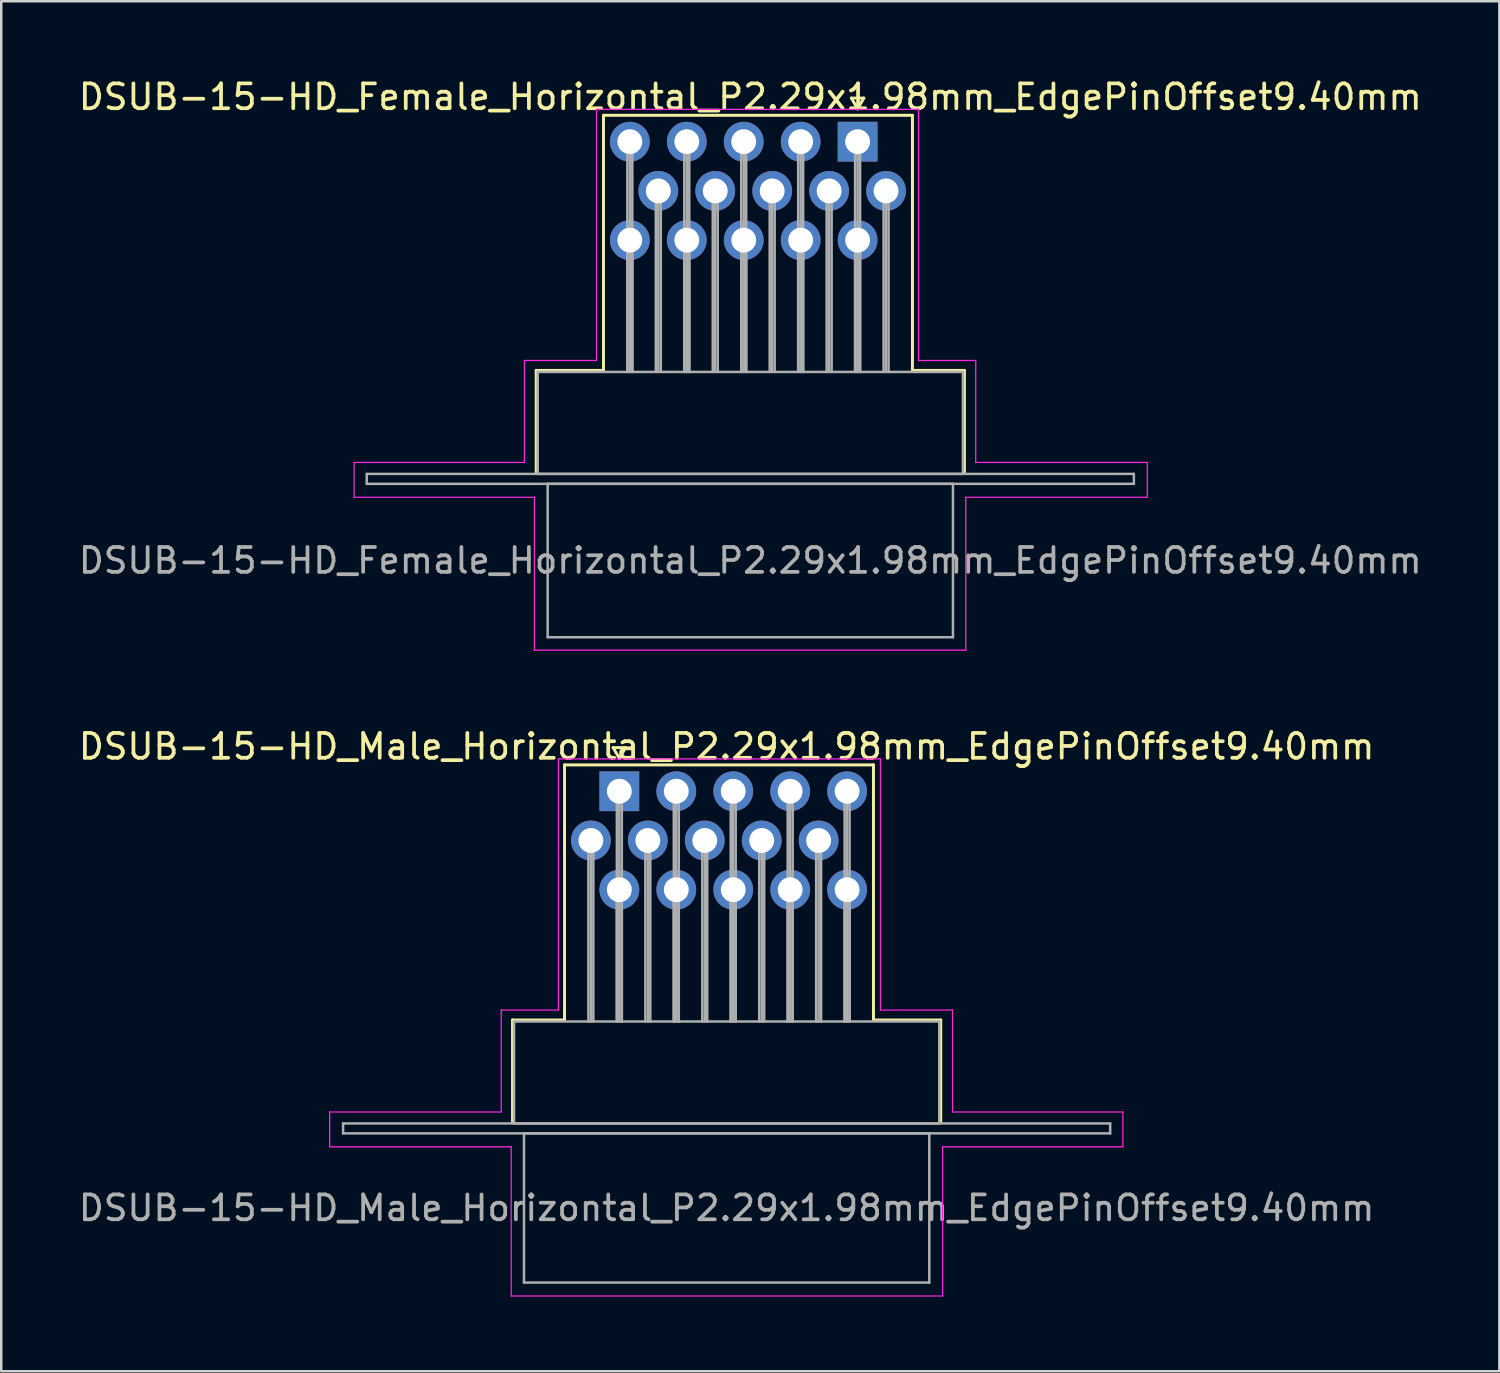
<source format=kicad_pcb>
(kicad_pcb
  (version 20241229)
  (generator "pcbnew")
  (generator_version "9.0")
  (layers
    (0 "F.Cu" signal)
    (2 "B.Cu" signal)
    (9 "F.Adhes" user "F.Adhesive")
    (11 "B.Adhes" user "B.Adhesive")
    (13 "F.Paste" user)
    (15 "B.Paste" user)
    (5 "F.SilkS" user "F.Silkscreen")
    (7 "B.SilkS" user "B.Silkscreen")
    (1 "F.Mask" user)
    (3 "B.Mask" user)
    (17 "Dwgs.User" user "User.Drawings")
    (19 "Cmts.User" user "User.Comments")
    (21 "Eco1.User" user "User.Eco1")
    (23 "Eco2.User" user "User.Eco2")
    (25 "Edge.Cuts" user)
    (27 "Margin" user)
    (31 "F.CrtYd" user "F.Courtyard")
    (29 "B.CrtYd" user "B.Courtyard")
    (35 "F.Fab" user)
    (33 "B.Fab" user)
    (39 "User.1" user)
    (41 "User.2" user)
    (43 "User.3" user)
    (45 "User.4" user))
  (footprint "DSUB-15-HD_Female_Horizontal_P2.29x1.98mm_EdgePinOffset9.40mm"
    (layer "F.Cu")
    (at 31.44 2.648)
    (property "Reference" "DSUB-15-HD_Female_Horizontal_P2.29x1.98mm_EdgePinOffset9.40mm" (at -4.315 -1.8 0) (layer "F.SilkS") (effects (font (size 1 1) (thickness 0.15))))
    (attr through_hole)
    (fp_line (start -12.925 9.2) (end -10.22 9.2) (stroke (width 0.12) (type solid)) (layer "F.SilkS"))
    (fp_line (start -12.925 13.3) (end -12.925 9.2) (stroke (width 0.12) (type solid)) (layer "F.SilkS"))
    (fp_line (start -10.22 -1.06) (end 2.205 -1.06) (stroke (width 0.12) (type solid)) (layer "F.SilkS"))
    (fp_line (start -10.22 9.2) (end -10.22 -1.06) (stroke (width 0.12) (type solid)) (layer "F.SilkS"))
    (fp_line (start -0.25 -1.754) (end 0.25 -1.754) (stroke (width 0.12) (type solid)) (layer "F.SilkS"))
    (fp_line (start 0 -1.321) (end -0.25 -1.754) (stroke (width 0.12) (type solid)) (layer "F.SilkS"))
    (fp_line (start 0.25 -1.754) (end 0 -1.321) (stroke (width 0.12) (type solid)) (layer "F.SilkS"))
    (fp_line (start 2.205 -1.06) (end 2.205 9.2) (stroke (width 0.12) (type solid)) (layer "F.SilkS"))
    (fp_line (start 2.205 9.2) (end 4.295 9.2) (stroke (width 0.12) (type solid)) (layer "F.SilkS"))
    (fp_line (start 4.295 9.2) (end 4.295 13.3) (stroke (width 0.12) (type solid)) (layer "F.SilkS"))
    (fp_line (start -20.25 12.9) (end -13.4 12.9) (stroke (width 0.05) (type solid)) (layer "F.CrtYd"))
    (fp_line (start -20.25 14.3) (end -20.25 12.9) (stroke (width 0.05) (type solid)) (layer "F.CrtYd"))
    (fp_line (start -13.4 8.8) (end -10.5 8.8) (stroke (width 0.05) (type solid)) (layer "F.CrtYd"))
    (fp_line (start -13.4 12.9) (end -13.4 8.8) (stroke (width 0.05) (type solid)) (layer "F.CrtYd"))
    (fp_line (start -13 14.3) (end -20.25 14.3) (stroke (width 0.05) (type solid)) (layer "F.CrtYd"))
    (fp_line (start -13 20.45) (end -13 14.3) (stroke (width 0.05) (type solid)) (layer "F.CrtYd"))
    (fp_line (start -10.5 -1.3) (end 2.45 -1.3) (stroke (width 0.05) (type solid)) (layer "F.CrtYd"))
    (fp_line (start -10.5 8.8) (end -10.5 -1.3) (stroke (width 0.05) (type solid)) (layer "F.CrtYd"))
    (fp_line (start 2.45 -1.3) (end 2.45 8.8) (stroke (width 0.05) (type solid)) (layer "F.CrtYd"))
    (fp_line (start 2.45 8.8) (end 4.75 8.8) (stroke (width 0.05) (type solid)) (layer "F.CrtYd"))
    (fp_line (start 4.35 14.3) (end 4.35 20.45) (stroke (width 0.05) (type solid)) (layer "F.CrtYd"))
    (fp_line (start 4.35 20.45) (end -13 20.45) (stroke (width 0.05) (type solid)) (layer "F.CrtYd"))
    (fp_line (start 4.75 8.8) (end 4.75 12.9) (stroke (width 0.05) (type solid)) (layer "F.CrtYd"))
    (fp_line (start 4.75 12.9) (end 11.65 12.9) (stroke (width 0.05) (type solid)) (layer "F.CrtYd"))
    (fp_line (start 11.65 12.9) (end 11.65 14.3) (stroke (width 0.05) (type solid)) (layer "F.CrtYd"))
    (fp_line (start 11.65 14.3) (end 4.35 14.3) (stroke (width 0.05) (type solid)) (layer "F.CrtYd"))
    (fp_line (start -19.74 13.36) (end -19.74 13.76) (stroke (width 0.1) (type solid)) (layer "F.Fab"))
    (fp_line (start -19.74 13.76) (end 11.11 13.76) (stroke (width 0.1) (type solid)) (layer "F.Fab"))
    (fp_line (start -12.865 9.26) (end -12.865 13.36) (stroke (width 0.1) (type solid)) (layer "F.Fab"))
    (fp_line (start -12.865 13.36) (end 4.235 13.36) (stroke (width 0.1) (type solid)) (layer "F.Fab"))
    (fp_line (start -12.465 13.76) (end -12.465 19.93) (stroke (width 0.1) (type solid)) (layer "F.Fab"))
    (fp_line (start -12.465 19.93) (end 3.835 19.93) (stroke (width 0.1) (type solid)) (layer "F.Fab"))
    (fp_line (start -9.26 0) (end -9.26 9.26) (stroke (width 0.1) (type solid)) (layer "F.Fab"))
    (fp_line (start -9.26 3.96) (end -9.26 9.26) (stroke (width 0.1) (type solid)) (layer "F.Fab"))
    (fp_line (start -9.16 0) (end -9.16 9.26) (stroke (width 0.1) (type solid)) (layer "F.Fab"))
    (fp_line (start -9.16 3.96) (end -9.16 9.26) (stroke (width 0.1) (type solid)) (layer "F.Fab"))
    (fp_line (start -9.06 0) (end -9.06 9.26) (stroke (width 0.1) (type solid)) (layer "F.Fab"))
    (fp_line (start -9.06 3.96) (end -9.06 9.26) (stroke (width 0.1) (type solid)) (layer "F.Fab"))
    (fp_line (start -8.115 1.98) (end -8.115 9.26) (stroke (width 0.1) (type solid)) (layer "F.Fab"))
    (fp_line (start -8.015 1.98) (end -8.015 9.26) (stroke (width 0.1) (type solid)) (layer "F.Fab"))
    (fp_line (start -7.915 1.98) (end -7.915 9.26) (stroke (width 0.1) (type solid)) (layer "F.Fab"))
    (fp_line (start -6.97 0) (end -6.97 9.26) (stroke (width 0.1) (type solid)) (layer "F.Fab"))
    (fp_line (start -6.97 3.96) (end -6.97 9.26) (stroke (width 0.1) (type solid)) (layer "F.Fab"))
    (fp_line (start -6.87 0) (end -6.87 9.26) (stroke (width 0.1) (type solid)) (layer "F.Fab"))
    (fp_line (start -6.87 3.96) (end -6.87 9.26) (stroke (width 0.1) (type solid)) (layer "F.Fab"))
    (fp_line (start -6.77 0) (end -6.77 9.26) (stroke (width 0.1) (type solid)) (layer "F.Fab"))
    (fp_line (start -6.77 3.96) (end -6.77 9.26) (stroke (width 0.1) (type solid)) (layer "F.Fab"))
    (fp_line (start -5.825 1.98) (end -5.825 9.26) (stroke (width 0.1) (type solid)) (layer "F.Fab"))
    (fp_line (start -5.725 1.98) (end -5.725 9.26) (stroke (width 0.1) (type solid)) (layer "F.Fab"))
    (fp_line (start -5.625 1.98) (end -5.625 9.26) (stroke (width 0.1) (type solid)) (layer "F.Fab"))
    (fp_line (start -4.68 0) (end -4.68 9.26) (stroke (width 0.1) (type solid)) (layer "F.Fab"))
    (fp_line (start -4.68 3.96) (end -4.68 9.26) (stroke (width 0.1) (type solid)) (layer "F.Fab"))
    (fp_line (start -4.58 0) (end -4.58 9.26) (stroke (width 0.1) (type solid)) (layer "F.Fab"))
    (fp_line (start -4.58 3.96) (end -4.58 9.26) (stroke (width 0.1) (type solid)) (layer "F.Fab"))
    (fp_line (start -4.48 0) (end -4.48 9.26) (stroke (width 0.1) (type solid)) (layer "F.Fab"))
    (fp_line (start -4.48 3.96) (end -4.48 9.26) (stroke (width 0.1) (type solid)) (layer "F.Fab"))
    (fp_line (start -3.535 1.98) (end -3.535 9.26) (stroke (width 0.1) (type solid)) (layer "F.Fab"))
    (fp_line (start -3.435 1.98) (end -3.435 9.26) (stroke (width 0.1) (type solid)) (layer "F.Fab"))
    (fp_line (start -3.335 1.98) (end -3.335 9.26) (stroke (width 0.1) (type solid)) (layer "F.Fab"))
    (fp_line (start -2.39 0) (end -2.39 9.26) (stroke (width 0.1) (type solid)) (layer "F.Fab"))
    (fp_line (start -2.39 3.96) (end -2.39 9.26) (stroke (width 0.1) (type solid)) (layer "F.Fab"))
    (fp_line (start -2.29 0) (end -2.29 9.26) (stroke (width 0.1) (type solid)) (layer "F.Fab"))
    (fp_line (start -2.29 3.96) (end -2.29 9.26) (stroke (width 0.1) (type solid)) (layer "F.Fab"))
    (fp_line (start -2.19 0) (end -2.19 9.26) (stroke (width 0.1) (type solid)) (layer "F.Fab"))
    (fp_line (start -2.19 3.96) (end -2.19 9.26) (stroke (width 0.1) (type solid)) (layer "F.Fab"))
    (fp_line (start -1.245 1.98) (end -1.245 9.26) (stroke (width 0.1) (type solid)) (layer "F.Fab"))
    (fp_line (start -1.145 1.98) (end -1.145 9.26) (stroke (width 0.1) (type solid)) (layer "F.Fab"))
    (fp_line (start -1.045 1.98) (end -1.045 9.26) (stroke (width 0.1) (type solid)) (layer "F.Fab"))
    (fp_line (start -0.1 0) (end -0.1 9.26) (stroke (width 0.1) (type solid)) (layer "F.Fab"))
    (fp_line (start -0.1 3.96) (end -0.1 9.26) (stroke (width 0.1) (type solid)) (layer "F.Fab"))
    (fp_line (start 0 0) (end 0 9.26) (stroke (width 0.1) (type solid)) (layer "F.Fab"))
    (fp_line (start 0 3.96) (end 0 9.26) (stroke (width 0.1) (type solid)) (layer "F.Fab"))
    (fp_line (start 0.1 0) (end 0.1 9.26) (stroke (width 0.1) (type solid)) (layer "F.Fab"))
    (fp_line (start 0.1 3.96) (end 0.1 9.26) (stroke (width 0.1) (type solid)) (layer "F.Fab"))
    (fp_line (start 1.045 1.98) (end 1.045 9.26) (stroke (width 0.1) (type solid)) (layer "F.Fab"))
    (fp_line (start 1.145 1.98) (end 1.145 9.26) (stroke (width 0.1) (type solid)) (layer "F.Fab"))
    (fp_line (start 1.245 1.98) (end 1.245 9.26) (stroke (width 0.1) (type solid)) (layer "F.Fab"))
    (fp_line (start 3.835 13.76) (end -12.465 13.76) (stroke (width 0.1) (type solid)) (layer "F.Fab"))
    (fp_line (start 3.835 19.93) (end 3.835 13.76) (stroke (width 0.1) (type solid)) (layer "F.Fab"))
    (fp_line (start 4.235 9.26) (end -12.865 9.26) (stroke (width 0.1) (type solid)) (layer "F.Fab"))
    (fp_line (start 4.235 13.36) (end 4.235 9.26) (stroke (width 0.1) (type solid)) (layer "F.Fab"))
    (fp_line (start 11.11 13.36) (end -19.74 13.36) (stroke (width 0.1) (type solid)) (layer "F.Fab"))
    (fp_line (start 11.11 13.76) (end 11.11 13.36) (stroke (width 0.1) (type solid)) (layer "F.Fab"))
    (fp_text user "${REFERENCE}" (at -4.315 16.845 0) (layer "F.Fab") (effects (font (size 1 1) (thickness 0.15))))
    (pad "1" thru_hole rect (at 0 0) (size 1.6 1.6) (drill 1) (layers "*.Cu" "*.Mask"))
    (pad "2" thru_hole circle (at -2.29 0) (size 1.6 1.6) (drill 1) (layers "*.Cu" "*.Mask"))
    (pad "3" thru_hole circle (at -4.58 0) (size 1.6 1.6) (drill 1) (layers "*.Cu" "*.Mask"))
    (pad "4" thru_hole circle (at -6.87 0) (size 1.6 1.6) (drill 1) (layers "*.Cu" "*.Mask"))
    (pad "5" thru_hole circle (at -9.16 0) (size 1.6 1.6) (drill 1) (layers "*.Cu" "*.Mask"))
    (pad "6" thru_hole circle (at 1.145 1.98) (size 1.6 1.6) (drill 1) (layers "*.Cu" "*.Mask"))
    (pad "7" thru_hole circle (at -1.145 1.98) (size 1.6 1.6) (drill 1) (layers "*.Cu" "*.Mask"))
    (pad "8" thru_hole circle (at -3.435 1.98) (size 1.6 1.6) (drill 1) (layers "*.Cu" "*.Mask"))
    (pad "9" thru_hole circle (at -5.725 1.98) (size 1.6 1.6) (drill 1) (layers "*.Cu" "*.Mask"))
    (pad "10" thru_hole circle (at -8.015 1.98) (size 1.6 1.6) (drill 1) (layers "*.Cu" "*.Mask"))
    (pad "11" thru_hole circle (at 0 3.96) (size 1.6 1.6) (drill 1) (layers "*.Cu" "*.Mask"))
    (pad "12" thru_hole circle (at -2.29 3.96) (size 1.6 1.6) (drill 1) (layers "*.Cu" "*.Mask"))
    (pad "13" thru_hole circle (at -4.58 3.96) (size 1.6 1.6) (drill 1) (layers "*.Cu" "*.Mask"))
    (pad "14" thru_hole circle (at -6.87 3.96) (size 1.6 1.6) (drill 1) (layers "*.Cu" "*.Mask"))
    (pad "15" thru_hole circle (at -9.16 3.96) (size 1.6 1.6) (drill 1) (layers "*.Cu" "*.Mask")))
  (footprint "DSUB-15-HD_Male_Horizontal_P2.29x1.98mm_EdgePinOffset9.40mm"
    (layer "F.Cu")
    (at 21.858 28.771)
    (property "Reference" "DSUB-15-HD_Male_Horizontal_P2.29x1.98mm_EdgePinOffset9.40mm" (at 4.315 -1.8 0) (layer "F.SilkS") (effects (font (size 1 1) (thickness 0.15))))
    (attr through_hole)
    (fp_line (start -4.295 9.2) (end -2.205 9.2) (stroke (width 0.12) (type solid)) (layer "F.SilkS"))
    (fp_line (start -4.295 13.3) (end -4.295 9.2) (stroke (width 0.12) (type solid)) (layer "F.SilkS"))
    (fp_line (start -2.205 -1.06) (end 10.22 -1.06) (stroke (width 0.12) (type solid)) (layer "F.SilkS"))
    (fp_line (start -2.205 9.2) (end -2.205 -1.06) (stroke (width 0.12) (type solid)) (layer "F.SilkS"))
    (fp_line (start -0.25 -1.754) (end 0.25 -1.754) (stroke (width 0.12) (type solid)) (layer "F.SilkS"))
    (fp_line (start 0 -1.321) (end -0.25 -1.754) (stroke (width 0.12) (type solid)) (layer "F.SilkS"))
    (fp_line (start 0.25 -1.754) (end 0 -1.321) (stroke (width 0.12) (type solid)) (layer "F.SilkS"))
    (fp_line (start 10.22 -1.06) (end 10.22 9.2) (stroke (width 0.12) (type solid)) (layer "F.SilkS"))
    (fp_line (start 10.22 9.2) (end 12.925 9.2) (stroke (width 0.12) (type solid)) (layer "F.SilkS"))
    (fp_line (start 12.925 9.2) (end 12.925 13.3) (stroke (width 0.12) (type solid)) (layer "F.SilkS"))
    (fp_line (start -11.65 12.9) (end -4.75 12.9) (stroke (width 0.05) (type solid)) (layer "F.CrtYd"))
    (fp_line (start -11.65 14.3) (end -11.65 12.9) (stroke (width 0.05) (type solid)) (layer "F.CrtYd"))
    (fp_line (start -4.75 8.8) (end -2.45 8.8) (stroke (width 0.05) (type solid)) (layer "F.CrtYd"))
    (fp_line (start -4.75 12.9) (end -4.75 8.8) (stroke (width 0.05) (type solid)) (layer "F.CrtYd"))
    (fp_line (start -4.35 14.3) (end -11.65 14.3) (stroke (width 0.05) (type solid)) (layer "F.CrtYd"))
    (fp_line (start -4.35 20.3) (end -4.35 14.3) (stroke (width 0.05) (type solid)) (layer "F.CrtYd"))
    (fp_line (start -2.45 -1.3) (end 10.5 -1.3) (stroke (width 0.05) (type solid)) (layer "F.CrtYd"))
    (fp_line (start -2.45 8.8) (end -2.45 -1.3) (stroke (width 0.05) (type solid)) (layer "F.CrtYd"))
    (fp_line (start 10.5 -1.3) (end 10.5 8.8) (stroke (width 0.05) (type solid)) (layer "F.CrtYd"))
    (fp_line (start 10.5 8.8) (end 13.4 8.8) (stroke (width 0.05) (type solid)) (layer "F.CrtYd"))
    (fp_line (start 13 14.3) (end 13 20.3) (stroke (width 0.05) (type solid)) (layer "F.CrtYd"))
    (fp_line (start 13 20.3) (end -4.35 20.3) (stroke (width 0.05) (type solid)) (layer "F.CrtYd"))
    (fp_line (start 13.4 8.8) (end 13.4 12.9) (stroke (width 0.05) (type solid)) (layer "F.CrtYd"))
    (fp_line (start 13.4 12.9) (end 20.25 12.9) (stroke (width 0.05) (type solid)) (layer "F.CrtYd"))
    (fp_line (start 20.25 12.9) (end 20.25 14.3) (stroke (width 0.05) (type solid)) (layer "F.CrtYd"))
    (fp_line (start 20.25 14.3) (end 13 14.3) (stroke (width 0.05) (type solid)) (layer "F.CrtYd"))
    (fp_line (start -11.11 13.36) (end -11.11 13.76) (stroke (width 0.1) (type solid)) (layer "F.Fab"))
    (fp_line (start -11.11 13.76) (end 19.74 13.76) (stroke (width 0.1) (type solid)) (layer "F.Fab"))
    (fp_line (start -4.235 9.26) (end -4.235 13.36) (stroke (width 0.1) (type solid)) (layer "F.Fab"))
    (fp_line (start -4.235 13.36) (end 12.865 13.36) (stroke (width 0.1) (type solid)) (layer "F.Fab"))
    (fp_line (start -3.835 13.76) (end -3.835 19.76) (stroke (width 0.1) (type solid)) (layer "F.Fab"))
    (fp_line (start -3.835 19.76) (end 12.465 19.76) (stroke (width 0.1) (type solid)) (layer "F.Fab"))
    (fp_line (start -1.245 1.98) (end -1.245 9.26) (stroke (width 0.1) (type solid)) (layer "F.Fab"))
    (fp_line (start -1.145 1.98) (end -1.145 9.26) (stroke (width 0.1) (type solid)) (layer "F.Fab"))
    (fp_line (start -1.045 1.98) (end -1.045 9.26) (stroke (width 0.1) (type solid)) (layer "F.Fab"))
    (fp_line (start -0.1 0) (end -0.1 9.26) (stroke (width 0.1) (type solid)) (layer "F.Fab"))
    (fp_line (start -0.1 3.96) (end -0.1 9.26) (stroke (width 0.1) (type solid)) (layer "F.Fab"))
    (fp_line (start 0 0) (end 0 9.26) (stroke (width 0.1) (type solid)) (layer "F.Fab"))
    (fp_line (start 0 3.96) (end 0 9.26) (stroke (width 0.1) (type solid)) (layer "F.Fab"))
    (fp_line (start 0.1 0) (end 0.1 9.26) (stroke (width 0.1) (type solid)) (layer "F.Fab"))
    (fp_line (start 0.1 3.96) (end 0.1 9.26) (stroke (width 0.1) (type solid)) (layer "F.Fab"))
    (fp_line (start 1.045 1.98) (end 1.045 9.26) (stroke (width 0.1) (type solid)) (layer "F.Fab"))
    (fp_line (start 1.145 1.98) (end 1.145 9.26) (stroke (width 0.1) (type solid)) (layer "F.Fab"))
    (fp_line (start 1.245 1.98) (end 1.245 9.26) (stroke (width 0.1) (type solid)) (layer "F.Fab"))
    (fp_line (start 2.19 0) (end 2.19 9.26) (stroke (width 0.1) (type solid)) (layer "F.Fab"))
    (fp_line (start 2.19 3.96) (end 2.19 9.26) (stroke (width 0.1) (type solid)) (layer "F.Fab"))
    (fp_line (start 2.29 0) (end 2.29 9.26) (stroke (width 0.1) (type solid)) (layer "F.Fab"))
    (fp_line (start 2.29 3.96) (end 2.29 9.26) (stroke (width 0.1) (type solid)) (layer "F.Fab"))
    (fp_line (start 2.39 0) (end 2.39 9.26) (stroke (width 0.1) (type solid)) (layer "F.Fab"))
    (fp_line (start 2.39 3.96) (end 2.39 9.26) (stroke (width 0.1) (type solid)) (layer "F.Fab"))
    (fp_line (start 3.335 1.98) (end 3.335 9.26) (stroke (width 0.1) (type solid)) (layer "F.Fab"))
    (fp_line (start 3.435 1.98) (end 3.435 9.26) (stroke (width 0.1) (type solid)) (layer "F.Fab"))
    (fp_line (start 3.535 1.98) (end 3.535 9.26) (stroke (width 0.1) (type solid)) (layer "F.Fab"))
    (fp_line (start 4.48 0) (end 4.48 9.26) (stroke (width 0.1) (type solid)) (layer "F.Fab"))
    (fp_line (start 4.48 3.96) (end 4.48 9.26) (stroke (width 0.1) (type solid)) (layer "F.Fab"))
    (fp_line (start 4.58 0) (end 4.58 9.26) (stroke (width 0.1) (type solid)) (layer "F.Fab"))
    (fp_line (start 4.58 3.96) (end 4.58 9.26) (stroke (width 0.1) (type solid)) (layer "F.Fab"))
    (fp_line (start 4.68 0) (end 4.68 9.26) (stroke (width 0.1) (type solid)) (layer "F.Fab"))
    (fp_line (start 4.68 3.96) (end 4.68 9.26) (stroke (width 0.1) (type solid)) (layer "F.Fab"))
    (fp_line (start 5.625 1.98) (end 5.625 9.26) (stroke (width 0.1) (type solid)) (layer "F.Fab"))
    (fp_line (start 5.725 1.98) (end 5.725 9.26) (stroke (width 0.1) (type solid)) (layer "F.Fab"))
    (fp_line (start 5.825 1.98) (end 5.825 9.26) (stroke (width 0.1) (type solid)) (layer "F.Fab"))
    (fp_line (start 6.77 0) (end 6.77 9.26) (stroke (width 0.1) (type solid)) (layer "F.Fab"))
    (fp_line (start 6.77 3.96) (end 6.77 9.26) (stroke (width 0.1) (type solid)) (layer "F.Fab"))
    (fp_line (start 6.87 0) (end 6.87 9.26) (stroke (width 0.1) (type solid)) (layer "F.Fab"))
    (fp_line (start 6.87 3.96) (end 6.87 9.26) (stroke (width 0.1) (type solid)) (layer "F.Fab"))
    (fp_line (start 6.97 0) (end 6.97 9.26) (stroke (width 0.1) (type solid)) (layer "F.Fab"))
    (fp_line (start 6.97 3.96) (end 6.97 9.26) (stroke (width 0.1) (type solid)) (layer "F.Fab"))
    (fp_line (start 7.915 1.98) (end 7.915 9.26) (stroke (width 0.1) (type solid)) (layer "F.Fab"))
    (fp_line (start 8.015 1.98) (end 8.015 9.26) (stroke (width 0.1) (type solid)) (layer "F.Fab"))
    (fp_line (start 8.115 1.98) (end 8.115 9.26) (stroke (width 0.1) (type solid)) (layer "F.Fab"))
    (fp_line (start 9.06 0) (end 9.06 9.26) (stroke (width 0.1) (type solid)) (layer "F.Fab"))
    (fp_line (start 9.06 3.96) (end 9.06 9.26) (stroke (width 0.1) (type solid)) (layer "F.Fab"))
    (fp_line (start 9.16 0) (end 9.16 9.26) (stroke (width 0.1) (type solid)) (layer "F.Fab"))
    (fp_line (start 9.16 3.96) (end 9.16 9.26) (stroke (width 0.1) (type solid)) (layer "F.Fab"))
    (fp_line (start 9.26 0) (end 9.26 9.26) (stroke (width 0.1) (type solid)) (layer "F.Fab"))
    (fp_line (start 9.26 3.96) (end 9.26 9.26) (stroke (width 0.1) (type solid)) (layer "F.Fab"))
    (fp_line (start 12.465 13.76) (end -3.835 13.76) (stroke (width 0.1) (type solid)) (layer "F.Fab"))
    (fp_line (start 12.465 19.76) (end 12.465 13.76) (stroke (width 0.1) (type solid)) (layer "F.Fab"))
    (fp_line (start 12.865 9.26) (end -4.235 9.26) (stroke (width 0.1) (type solid)) (layer "F.Fab"))
    (fp_line (start 12.865 13.36) (end 12.865 9.26) (stroke (width 0.1) (type solid)) (layer "F.Fab"))
    (fp_line (start 19.74 13.36) (end -11.11 13.36) (stroke (width 0.1) (type solid)) (layer "F.Fab"))
    (fp_line (start 19.74 13.76) (end 19.74 13.36) (stroke (width 0.1) (type solid)) (layer "F.Fab"))
    (fp_text user "${REFERENCE}" (at 4.315 16.76 0) (layer "F.Fab") (effects (font (size 1 1) (thickness 0.15))))
    (pad "1" thru_hole rect (at 0 0) (size 1.6 1.6) (drill 1) (layers "*.Cu" "*.Mask"))
    (pad "2" thru_hole circle (at 2.29 0) (size 1.6 1.6) (drill 1) (layers "*.Cu" "*.Mask"))
    (pad "3" thru_hole circle (at 4.58 0) (size 1.6 1.6) (drill 1) (layers "*.Cu" "*.Mask"))
    (pad "4" thru_hole circle (at 6.87 0) (size 1.6 1.6) (drill 1) (layers "*.Cu" "*.Mask"))
    (pad "5" thru_hole circle (at 9.16 0) (size 1.6 1.6) (drill 1) (layers "*.Cu" "*.Mask"))
    (pad "6" thru_hole circle (at -1.145 1.98) (size 1.6 1.6) (drill 1) (layers "*.Cu" "*.Mask"))
    (pad "7" thru_hole circle (at 1.145 1.98) (size 1.6 1.6) (drill 1) (layers "*.Cu" "*.Mask"))
    (pad "8" thru_hole circle (at 3.435 1.98) (size 1.6 1.6) (drill 1) (layers "*.Cu" "*.Mask"))
    (pad "9" thru_hole circle (at 5.725 1.98) (size 1.6 1.6) (drill 1) (layers "*.Cu" "*.Mask"))
    (pad "10" thru_hole circle (at 8.015 1.98) (size 1.6 1.6) (drill 1) (layers "*.Cu" "*.Mask"))
    (pad "11" thru_hole circle (at 0 3.96) (size 1.6 1.6) (drill 1) (layers "*.Cu" "*.Mask"))
    (pad "12" thru_hole circle (at 2.29 3.96) (size 1.6 1.6) (drill 1) (layers "*.Cu" "*.Mask"))
    (pad "13" thru_hole circle (at 4.58 3.96) (size 1.6 1.6) (drill 1) (layers "*.Cu" "*.Mask"))
    (pad "14" thru_hole circle (at 6.87 3.96) (size 1.6 1.6) (drill 1) (layers "*.Cu" "*.Mask"))
    (pad "15" thru_hole circle (at 9.16 3.96) (size 1.6 1.6) (drill 1) (layers "*.Cu" "*.Mask")))
  (gr_rect
    (start -3 -3)
    (end 57.25 52.096)
    (stroke (width 0.1) (type default))
    (fill no)
    (layer "Edge.Cuts")))
</source>
